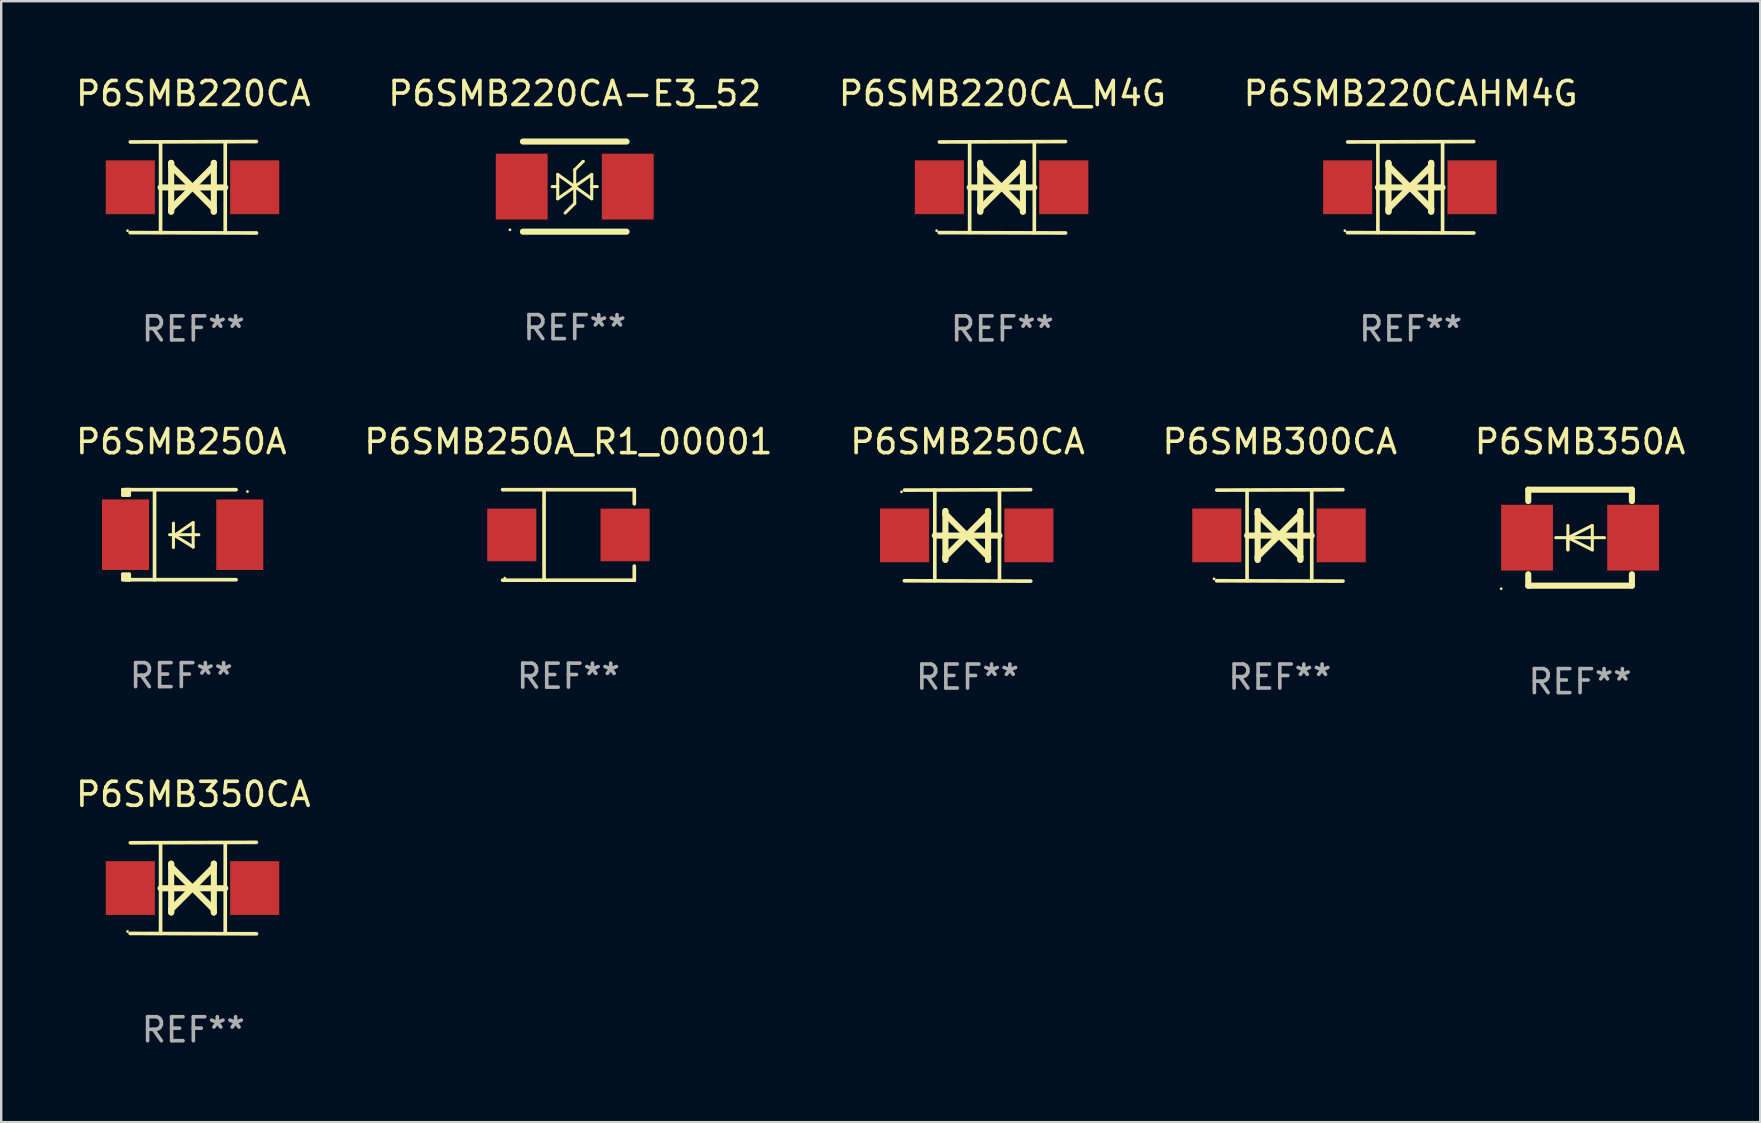
<source format=kicad_pcb>
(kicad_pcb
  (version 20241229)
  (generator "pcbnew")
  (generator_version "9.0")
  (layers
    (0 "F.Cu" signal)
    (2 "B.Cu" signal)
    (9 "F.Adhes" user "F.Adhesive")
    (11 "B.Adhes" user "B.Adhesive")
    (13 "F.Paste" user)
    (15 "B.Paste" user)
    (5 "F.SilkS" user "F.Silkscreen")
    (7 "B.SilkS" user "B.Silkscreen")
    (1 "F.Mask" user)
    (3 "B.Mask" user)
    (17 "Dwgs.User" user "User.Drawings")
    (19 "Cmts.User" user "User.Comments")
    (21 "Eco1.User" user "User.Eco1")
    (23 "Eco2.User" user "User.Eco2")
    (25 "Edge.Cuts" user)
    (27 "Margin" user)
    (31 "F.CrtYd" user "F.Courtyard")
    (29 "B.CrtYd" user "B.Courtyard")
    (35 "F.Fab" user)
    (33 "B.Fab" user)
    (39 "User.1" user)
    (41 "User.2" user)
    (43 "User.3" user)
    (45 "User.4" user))
  (footprint "P6SMB220CAHM4G"
    (layer "F.Cu")
    (at 55.732 4.753)
    (property "Reference" "P6SMB220CAHM4G" (at 0 -3.905 0) (layer "F.SilkS") (effects (font (size 1 1) (thickness 0.15))))
    (attr through_hole)
    (fp_line (start -1.365 1.886) (end -1.365 -1.886) (stroke (width 0.152) (type solid)) (layer "F.SilkS"))
    (fp_line (start -1.365 0.008) (end 1.33 0.008) (stroke (width 0.254) (type solid)) (layer "F.SilkS"))
    (fp_line (start -0.923 -1.016) (end -0.923 1.016) (stroke (width 0.254) (type solid)) (layer "F.SilkS"))
    (fp_line (start -0.923 -0.889) (end -0.923 -1.016) (stroke (width 0.254) (type solid)) (layer "F.SilkS"))
    (fp_line (start -0.923 0.889) (end -0.034 0) (stroke (width 0.254) (type solid)) (layer "F.SilkS"))
    (fp_line (start -0.923 1.016) (end -0.923 0.889) (stroke (width 0.254) (type solid)) (layer "F.SilkS"))
    (fp_line (start -0.034 0) (end -0.923 -0.889) (stroke (width 0.254) (type solid)) (layer "F.SilkS"))
    (fp_line (start -0.034 0) (end 0.855 0.889) (stroke (width 0.254) (type solid)) (layer "F.SilkS"))
    (fp_line (start 0.855 -1.016) (end 0.855 -0.889) (stroke (width 0.254) (type solid)) (layer "F.SilkS"))
    (fp_line (start 0.855 -0.889) (end -0.034 0) (stroke (width 0.254) (type solid)) (layer "F.SilkS"))
    (fp_line (start 0.855 0.889) (end 0.855 1.016) (stroke (width 0.254) (type solid)) (layer "F.SilkS"))
    (fp_line (start 0.855 1.016) (end 0.855 -1.016) (stroke (width 0.254) (type solid)) (layer "F.SilkS"))
    (fp_line (start 1.33 1.886) (end 1.33 -1.886) (stroke (width 0.152) (type solid)) (layer "F.SilkS"))
    (fp_line (start 2.629 -1.905) (end -2.625 -1.887) (stroke (width 0.152) (type solid)) (layer "F.SilkS"))
    (fp_line (start 2.633 1.905) (end -2.633 1.89) (stroke (width 0.152) (type solid)) (layer "F.SilkS"))
    (fp_circle (center -2.741 1.81) (end -2.711 1.81) (stroke (width 0.06) (type solid)) (fill no) (layer "F.SilkS"))
    (fp_text user "REF**" (at 0 5.905 0) (layer "F.Fab") (effects (font (size 1 1) (thickness 0.15))))
    (pad "1" smd rect (at -2.625 0) (size 2.047 2.241) (layers "F.Cu" "F.Mask" "F.Paste"))
    (pad "2" smd rect (at 2.557 0) (size 2.047 2.241) (layers "F.Cu" "F.Mask" "F.Paste")))
  (footprint "P6SMB350A"
    (layer "F.Cu")
    (at 62.792 19.355)
    (property "Reference" "P6SMB350A" (at 0 -4 0) (layer "F.SilkS") (effects (font (size 1 1) (thickness 0.15))))
    (attr through_hole)
    (fp_line (start -2.159 -2) (end 2.159 -2) (stroke (width 0.254) (type solid)) (layer "F.SilkS"))
    (fp_line (start -2.159 -1.524) (end -2.159 -2) (stroke (width 0.254) (type solid)) (layer "F.SilkS"))
    (fp_line (start -2.159 1.524) (end -2.159 2) (stroke (width 0.254) (type solid)) (layer "F.SilkS"))
    (fp_line (start -2.159 2) (end 2.159 2) (stroke (width 0.254) (type solid)) (layer "F.SilkS"))
    (fp_line (start -0.508 0) (end -0.508 0.508) (stroke (width 0.127) (type solid)) (layer "F.SilkS"))
    (fp_line (start -0.508 0) (end 0.508 0.508) (stroke (width 0.127) (type solid)) (layer "F.SilkS"))
    (fp_line (start -0.508 0.508) (end -0.508 -0.508) (stroke (width 0.127) (type solid)) (layer "F.SilkS"))
    (fp_line (start 0.508 -0.508) (end -0.508 0) (stroke (width 0.127) (type solid)) (layer "F.SilkS"))
    (fp_line (start 0.508 0.508) (end 0.508 -0.508) (stroke (width 0.127) (type solid)) (layer "F.SilkS"))
    (fp_line (start 1.016 0) (end -1.016 0) (stroke (width 0.127) (type solid)) (layer "F.SilkS"))
    (fp_line (start 2.159 -2) (end 2.159 -1.524) (stroke (width 0.254) (type solid)) (layer "F.SilkS"))
    (fp_line (start 2.159 2) (end 2.159 1.524) (stroke (width 0.254) (type solid)) (layer "F.SilkS"))
    (fp_circle (center -3.289 2.127) (end -3.259 2.127) (stroke (width 0.06) (type solid)) (fill no) (layer "F.SilkS"))
    (fp_text user "REF**" (at 0 6 0) (layer "F.Fab") (effects (font (size 1 1) (thickness 0.15))))
    (pad "1" smd rect (at -2.21 0 180) (size 2.159 2.743) (layers "F.Cu" "F.Mask" "F.Paste"))
    (pad "2" smd rect (at 2.21 0 180) (size 2.159 2.743) (layers "F.Cu" "F.Mask" "F.Paste")))
  (footprint "P6SMB350CA"
    (layer "F.Cu")
    (at 5.006 33.956)
    (property "Reference" "P6SMB350CA" (at 0 -3.905 0) (layer "F.SilkS") (effects (font (size 1 1) (thickness 0.15))))
    (attr through_hole)
    (fp_line (start -1.365 1.886) (end -1.365 -1.886) (stroke (width 0.152) (type solid)) (layer "F.SilkS"))
    (fp_line (start -1.365 0.008) (end 1.33 0.008) (stroke (width 0.254) (type solid)) (layer "F.SilkS"))
    (fp_line (start -0.923 -1.016) (end -0.923 1.016) (stroke (width 0.254) (type solid)) (layer "F.SilkS"))
    (fp_line (start -0.923 -0.889) (end -0.923 -1.016) (stroke (width 0.254) (type solid)) (layer "F.SilkS"))
    (fp_line (start -0.923 0.889) (end -0.034 0) (stroke (width 0.254) (type solid)) (layer "F.SilkS"))
    (fp_line (start -0.923 1.016) (end -0.923 0.889) (stroke (width 0.254) (type solid)) (layer "F.SilkS"))
    (fp_line (start -0.034 0) (end -0.923 -0.889) (stroke (width 0.254) (type solid)) (layer "F.SilkS"))
    (fp_line (start -0.034 0) (end 0.855 0.889) (stroke (width 0.254) (type solid)) (layer "F.SilkS"))
    (fp_line (start 0.855 -1.016) (end 0.855 -0.889) (stroke (width 0.254) (type solid)) (layer "F.SilkS"))
    (fp_line (start 0.855 -0.889) (end -0.034 0) (stroke (width 0.254) (type solid)) (layer "F.SilkS"))
    (fp_line (start 0.855 0.889) (end 0.855 1.016) (stroke (width 0.254) (type solid)) (layer "F.SilkS"))
    (fp_line (start 0.855 1.016) (end 0.855 -1.016) (stroke (width 0.254) (type solid)) (layer "F.SilkS"))
    (fp_line (start 1.33 1.886) (end 1.33 -1.886) (stroke (width 0.152) (type solid)) (layer "F.SilkS"))
    (fp_line (start 2.629 -1.905) (end -2.625 -1.887) (stroke (width 0.152) (type solid)) (layer "F.SilkS"))
    (fp_line (start 2.633 1.905) (end -2.633 1.89) (stroke (width 0.152) (type solid)) (layer "F.SilkS"))
    (fp_circle (center -2.741 1.81) (end -2.711 1.81) (stroke (width 0.06) (type solid)) (fill no) (layer "F.SilkS"))
    (fp_text user "REF**" (at 0 5.905 0) (layer "F.Fab") (effects (font (size 1 1) (thickness 0.15))))
    (pad "1" smd rect (at -2.625 0) (size 2.047 2.241) (layers "F.Cu" "F.Mask" "F.Paste"))
    (pad "2" smd rect (at 2.557 0) (size 2.047 2.241) (layers "F.Cu" "F.Mask" "F.Paste")))
  (footprint "P6SMB250A_R1_00001"
    (layer "F.Cu")
    (at 20.637 19.241)
    (property "Reference" "P6SMB250A_R1_00001" (at 0 -3.886 0) (layer "F.SilkS") (effects (font (size 1 1) (thickness 0.15))))
    (attr through_hole)
    (fp_line (start -2.744 -1.886) (end 2.744 -1.886) (stroke (width 0.152) (type solid)) (layer "F.SilkS"))
    (fp_line (start -2.744 1.886) (end 2.744 1.886) (stroke (width 0.152) (type solid)) (layer "F.SilkS"))
    (fp_line (start -1.016 -1.886) (end -1.016 1.886) (stroke (width 0.152) (type solid)) (layer "F.SilkS"))
    (fp_line (start 2.744 -1.886) (end 2.744 -1.299) (stroke (width 0.152) (type solid)) (layer "F.SilkS"))
    (fp_line (start 2.744 1.886) (end 2.744 1.299) (stroke (width 0.152) (type solid)) (layer "F.SilkS"))
    (fp_circle (center -2.65 1.8) (end -2.62 1.8) (stroke (width 0.06) (type solid)) (fill no) (layer "F.SilkS"))
    (fp_text user "REF**" (at 0 5.886 0) (layer "F.Fab") (effects (font (size 1 1) (thickness 0.15))))
    (pad "1" smd rect (at -2.361 0) (size 2.047 2.192) (layers "F.Cu" "F.Mask" "F.Paste"))
    (pad "2" smd rect (at 2.361 0) (size 2.047 2.192) (layers "F.Cu" "F.Mask" "F.Paste")))
  (footprint "P6SMB220CA"
    (layer "F.Cu")
    (at 5.006 4.753)
    (property "Reference" "P6SMB220CA" (at 0 -3.905 0) (layer "F.SilkS") (effects (font (size 1 1) (thickness 0.15))))
    (attr through_hole)
    (fp_line (start -1.365 1.886) (end -1.365 -1.886) (stroke (width 0.152) (type solid)) (layer "F.SilkS"))
    (fp_line (start -1.365 0.008) (end 1.33 0.008) (stroke (width 0.254) (type solid)) (layer "F.SilkS"))
    (fp_line (start -0.923 -1.016) (end -0.923 1.016) (stroke (width 0.254) (type solid)) (layer "F.SilkS"))
    (fp_line (start -0.923 -0.889) (end -0.923 -1.016) (stroke (width 0.254) (type solid)) (layer "F.SilkS"))
    (fp_line (start -0.923 0.889) (end -0.034 0) (stroke (width 0.254) (type solid)) (layer "F.SilkS"))
    (fp_line (start -0.923 1.016) (end -0.923 0.889) (stroke (width 0.254) (type solid)) (layer "F.SilkS"))
    (fp_line (start -0.034 0) (end -0.923 -0.889) (stroke (width 0.254) (type solid)) (layer "F.SilkS"))
    (fp_line (start -0.034 0) (end 0.855 0.889) (stroke (width 0.254) (type solid)) (layer "F.SilkS"))
    (fp_line (start 0.855 -1.016) (end 0.855 -0.889) (stroke (width 0.254) (type solid)) (layer "F.SilkS"))
    (fp_line (start 0.855 -0.889) (end -0.034 0) (stroke (width 0.254) (type solid)) (layer "F.SilkS"))
    (fp_line (start 0.855 0.889) (end 0.855 1.016) (stroke (width 0.254) (type solid)) (layer "F.SilkS"))
    (fp_line (start 0.855 1.016) (end 0.855 -1.016) (stroke (width 0.254) (type solid)) (layer "F.SilkS"))
    (fp_line (start 1.33 1.886) (end 1.33 -1.886) (stroke (width 0.152) (type solid)) (layer "F.SilkS"))
    (fp_line (start 2.629 -1.905) (end -2.625 -1.887) (stroke (width 0.152) (type solid)) (layer "F.SilkS"))
    (fp_line (start 2.633 1.905) (end -2.633 1.89) (stroke (width 0.152) (type solid)) (layer "F.SilkS"))
    (fp_circle (center -2.741 1.81) (end -2.711 1.81) (stroke (width 0.06) (type solid)) (fill no) (layer "F.SilkS"))
    (fp_text user "REF**" (at 0 5.905 0) (layer "F.Fab") (effects (font (size 1 1) (thickness 0.15))))
    (pad "1" smd rect (at -2.625 0) (size 2.047 2.241) (layers "F.Cu" "F.Mask" "F.Paste"))
    (pad "2" smd rect (at 2.557 0) (size 2.047 2.241) (layers "F.Cu" "F.Mask" "F.Paste")))
  (footprint "P6SMB250A"
    (layer "F.Cu")
    (at 4.506 19.231)
    (property "Reference" "P6SMB250A" (at 0 -3.876 0) (layer "F.SilkS") (effects (font (size 1 1) (thickness 0.15))))
    (attr through_hole)
    (fp_line (start -2.435 1.65) (end -2.171 1.65) (stroke (width 0.152) (type solid)) (layer "F.SilkS"))
    (fp_line (start -2.435 1.876) (end -2.435 1.65) (stroke (width 0.152) (type solid)) (layer "F.SilkS"))
    (fp_line (start -2.435 -1.876) (end -2.171 -1.876) (stroke (width 0.152) (type solid)) (layer "F.SilkS"))
    (fp_line (start -2.435 -1.65) (end -2.435 -1.876) (stroke (width 0.152) (type solid)) (layer "F.SilkS"))
    (fp_line (start -2.305 -1.866) (end -2.295 -1.876) (stroke (width 0.152) (type solid)) (layer "F.SilkS"))
    (fp_line (start -2.305 -1.65) (end -2.305 -1.866) (stroke (width 0.152) (type solid)) (layer "F.SilkS"))
    (fp_line (start -2.305 1.876) (end -2.305 1.65) (stroke (width 0.152) (type solid)) (layer "F.SilkS"))
    (fp_line (start -2.295 -1.876) (end -2.295 -1.65) (stroke (width 0.152) (type solid)) (layer "F.SilkS"))
    (fp_line (start -2.171 1.876) (end -2.435 1.876) (stroke (width 0.152) (type solid)) (layer "F.SilkS"))
    (fp_line (start -2.171 -1.65) (end -2.435 -1.65) (stroke (width 0.152) (type solid)) (layer "F.SilkS"))
    (fp_line (start -2.171 -1.876) (end -2.295 -1.876) (stroke (width 0.152) (type solid)) (layer "F.SilkS"))
    (fp_line (start -2.171 -1.65) (end -2.171 -1.876) (stroke (width 0.152) (type solid)) (layer "F.SilkS"))
    (fp_line (start -2.171 1.876) (end -2.305 1.876) (stroke (width 0.152) (type solid)) (layer "F.SilkS"))
    (fp_line (start -2.171 1.876) (end -2.171 1.65) (stroke (width 0.152) (type solid)) (layer "F.SilkS"))
    (fp_line (start -1.116 1.876) (end -1.116 -1.876) (stroke (width 0.152) (type solid)) (layer "F.SilkS"))
    (fp_line (start -0.488 0.000102) (end 0.731 0.000102) (stroke (width 0.127) (type solid)) (layer "F.SilkS"))
    (fp_line (start -0.329 -0.48) (end -0.329 0.536) (stroke (width 0.127) (type solid)) (layer "F.SilkS"))
    (fp_line (start -0.29 0.03) (end 0.493 0.51) (stroke (width 0.127) (type solid)) (layer "F.SilkS"))
    (fp_line (start 0.493 -0.51) (end -0.29 0.03) (stroke (width 0.127) (type solid)) (layer "F.SilkS"))
    (fp_line (start 0.493 0.52) (end 0.493 -0.496) (stroke (width 0.127) (type solid)) (layer "F.SilkS"))
    (fp_line (start 2.281 -1.876) (end -2.171 -1.876) (stroke (width 0.152) (type solid)) (layer "F.SilkS"))
    (fp_line (start 2.281 1.876) (end -2.171 1.876) (stroke (width 0.152) (type solid)) (layer "F.SilkS"))
    (fp_circle (center 2.755 -1.8) (end 2.785 -1.8) (stroke (width 0.06) (type solid)) (fill no) (layer "F.SilkS"))
    (fp_text user "REF**" (at 0 5.876 0) (layer "F.Fab") (effects (font (size 1 1) (thickness 0.15))))
    (pad "1" smd rect (at 2.435 -0.000025 180) (size 1.96 2.94) (layers "F.Cu" "F.Mask" "F.Paste"))
    (pad "2" smd rect (at -2.325 -0.000025 180) (size 1.96 2.94) (layers "F.Cu" "F.Mask" "F.Paste")))
  (footprint "P6SMB300CA"
    (layer "F.Cu")
    (at 50.28 19.26)
    (property "Reference" "P6SMB300CA" (at 0 -3.905 0) (layer "F.SilkS") (effects (font (size 1 1) (thickness 0.15))))
    (attr through_hole)
    (fp_line (start -1.365 1.886) (end -1.365 -1.886) (stroke (width 0.152) (type solid)) (layer "F.SilkS"))
    (fp_line (start -1.365 0.008) (end 1.33 0.008) (stroke (width 0.254) (type solid)) (layer "F.SilkS"))
    (fp_line (start -0.923 -1.016) (end -0.923 1.016) (stroke (width 0.254) (type solid)) (layer "F.SilkS"))
    (fp_line (start -0.923 -0.889) (end -0.923 -1.016) (stroke (width 0.254) (type solid)) (layer "F.SilkS"))
    (fp_line (start -0.923 0.889) (end -0.034 0) (stroke (width 0.254) (type solid)) (layer "F.SilkS"))
    (fp_line (start -0.923 1.016) (end -0.923 0.889) (stroke (width 0.254) (type solid)) (layer "F.SilkS"))
    (fp_line (start -0.034 0) (end -0.923 -0.889) (stroke (width 0.254) (type solid)) (layer "F.SilkS"))
    (fp_line (start -0.034 0) (end 0.855 0.889) (stroke (width 0.254) (type solid)) (layer "F.SilkS"))
    (fp_line (start 0.855 -1.016) (end 0.855 -0.889) (stroke (width 0.254) (type solid)) (layer "F.SilkS"))
    (fp_line (start 0.855 -0.889) (end -0.034 0) (stroke (width 0.254) (type solid)) (layer "F.SilkS"))
    (fp_line (start 0.855 0.889) (end 0.855 1.016) (stroke (width 0.254) (type solid)) (layer "F.SilkS"))
    (fp_line (start 0.855 1.016) (end 0.855 -1.016) (stroke (width 0.254) (type solid)) (layer "F.SilkS"))
    (fp_line (start 1.33 1.886) (end 1.33 -1.886) (stroke (width 0.152) (type solid)) (layer "F.SilkS"))
    (fp_line (start 2.629 -1.905) (end -2.625 -1.887) (stroke (width 0.152) (type solid)) (layer "F.SilkS"))
    (fp_line (start 2.633 1.905) (end -2.633 1.89) (stroke (width 0.152) (type solid)) (layer "F.SilkS"))
    (fp_circle (center -2.741 1.81) (end -2.711 1.81) (stroke (width 0.06) (type solid)) (fill no) (layer "F.SilkS"))
    (fp_text user "REF**" (at 0 5.905 0) (layer "F.Fab") (effects (font (size 1 1) (thickness 0.15))))
    (pad "1" smd rect (at -2.625 0) (size 2.047 2.241) (layers "F.Cu" "F.Mask" "F.Paste"))
    (pad "2" smd rect (at 2.557 0) (size 2.047 2.241) (layers "F.Cu" "F.Mask" "F.Paste")))
  (footprint "P6SMB250CA"
    (layer "F.Cu")
    (at 37.268 19.26)
    (property "Reference" "P6SMB250CA" (at 0 -3.905 0) (layer "F.SilkS") (effects (font (size 1 1) (thickness 0.15))))
    (attr through_hole)
    (fp_line (start -1.365 1.886) (end -1.365 -1.886) (stroke (width 0.152) (type solid)) (layer "F.SilkS"))
    (fp_line (start -1.365 0.008) (end 1.33 0.008) (stroke (width 0.254) (type solid)) (layer "F.SilkS"))
    (fp_line (start -0.923 -1.016) (end -0.923 1.016) (stroke (width 0.254) (type solid)) (layer "F.SilkS"))
    (fp_line (start -0.923 -0.889) (end -0.923 -1.016) (stroke (width 0.254) (type solid)) (layer "F.SilkS"))
    (fp_line (start -0.923 0.889) (end -0.034 0) (stroke (width 0.254) (type solid)) (layer "F.SilkS"))
    (fp_line (start -0.923 1.016) (end -0.923 0.889) (stroke (width 0.254) (type solid)) (layer "F.SilkS"))
    (fp_line (start -0.034 0) (end -0.923 -0.889) (stroke (width 0.254) (type solid)) (layer "F.SilkS"))
    (fp_line (start -0.034 0) (end 0.855 0.889) (stroke (width 0.254) (type solid)) (layer "F.SilkS"))
    (fp_line (start 0.855 -1.016) (end 0.855 -0.889) (stroke (width 0.254) (type solid)) (layer "F.SilkS"))
    (fp_line (start 0.855 -0.889) (end -0.034 0) (stroke (width 0.254) (type solid)) (layer "F.SilkS"))
    (fp_line (start 0.855 0.889) (end 0.855 1.016) (stroke (width 0.254) (type solid)) (layer "F.SilkS"))
    (fp_line (start 0.855 1.016) (end 0.855 -1.016) (stroke (width 0.254) (type solid)) (layer "F.SilkS"))
    (fp_line (start 1.33 1.886) (end 1.33 -1.886) (stroke (width 0.152) (type solid)) (layer "F.SilkS"))
    (fp_line (start 2.629 -1.905) (end -2.625 -1.887) (stroke (width 0.152) (type solid)) (layer "F.SilkS"))
    (fp_line (start 2.633 1.905) (end -2.633 1.89) (stroke (width 0.152) (type solid)) (layer "F.SilkS"))
    (fp_circle (center -2.753 -1.816) (end -2.723 -1.816) (stroke (width 0.06) (type solid)) (fill no) (layer "F.SilkS"))
    (fp_text user "REF**" (at 0 5.905 0) (layer "F.Fab") (effects (font (size 1 1) (thickness 0.15))))
    (pad "1" smd rect (at -2.625 0) (size 2.047 2.241) (layers "F.Cu" "F.Mask" "F.Paste"))
    (pad "2" smd rect (at 2.557 0) (size 2.047 2.241) (layers "F.Cu" "F.Mask" "F.Paste")))
  (footprint "P6SMB220CA_M4G"
    (layer "F.Cu")
    (at 38.72 4.753)
    (property "Reference" "P6SMB220CA_M4G" (at 0 -3.905 0) (layer "F.SilkS") (effects (font (size 1 1) (thickness 0.15))))
    (attr through_hole)
    (fp_line (start -1.365 1.886) (end -1.365 -1.886) (stroke (width 0.152) (type solid)) (layer "F.SilkS"))
    (fp_line (start -1.365 0.008) (end 1.33 0.008) (stroke (width 0.254) (type solid)) (layer "F.SilkS"))
    (fp_line (start -0.923 -1.016) (end -0.923 1.016) (stroke (width 0.254) (type solid)) (layer "F.SilkS"))
    (fp_line (start -0.923 -0.889) (end -0.923 -1.016) (stroke (width 0.254) (type solid)) (layer "F.SilkS"))
    (fp_line (start -0.923 0.889) (end -0.034 0) (stroke (width 0.254) (type solid)) (layer "F.SilkS"))
    (fp_line (start -0.923 1.016) (end -0.923 0.889) (stroke (width 0.254) (type solid)) (layer "F.SilkS"))
    (fp_line (start -0.034 0) (end -0.923 -0.889) (stroke (width 0.254) (type solid)) (layer "F.SilkS"))
    (fp_line (start -0.034 0) (end 0.855 0.889) (stroke (width 0.254) (type solid)) (layer "F.SilkS"))
    (fp_line (start 0.855 -1.016) (end 0.855 -0.889) (stroke (width 0.254) (type solid)) (layer "F.SilkS"))
    (fp_line (start 0.855 -0.889) (end -0.034 0) (stroke (width 0.254) (type solid)) (layer "F.SilkS"))
    (fp_line (start 0.855 0.889) (end 0.855 1.016) (stroke (width 0.254) (type solid)) (layer "F.SilkS"))
    (fp_line (start 0.855 1.016) (end 0.855 -1.016) (stroke (width 0.254) (type solid)) (layer "F.SilkS"))
    (fp_line (start 1.33 1.886) (end 1.33 -1.886) (stroke (width 0.152) (type solid)) (layer "F.SilkS"))
    (fp_line (start 2.629 -1.905) (end -2.625 -1.887) (stroke (width 0.152) (type solid)) (layer "F.SilkS"))
    (fp_line (start 2.633 1.905) (end -2.633 1.89) (stroke (width 0.152) (type solid)) (layer "F.SilkS"))
    (fp_circle (center -2.741 1.81) (end -2.711 1.81) (stroke (width 0.06) (type solid)) (fill no) (layer "F.SilkS"))
    (fp_text user "REF**" (at 0 5.905 0) (layer "F.Fab") (effects (font (size 1 1) (thickness 0.15))))
    (pad "1" smd rect (at -2.625 0) (size 2.047 2.241) (layers "F.Cu" "F.Mask" "F.Paste"))
    (pad "2" smd rect (at 2.557 0) (size 2.047 2.241) (layers "F.Cu" "F.Mask" "F.Paste")))
  (footprint "P6SMB220CA-E3_52"
    (layer "F.Cu")
    (at 20.899 4.726)
    (property "Reference" "P6SMB220CA-E3_52" (at 0 -3.878 0) (layer "F.SilkS") (effects (font (size 1 1) (thickness 0.15))))
    (attr through_hole)
    (fp_line (start -2.159 -1.878) (end 2.159 -1.878) (stroke (width 0.254) (type solid)) (layer "F.SilkS"))
    (fp_line (start -0.716 0) (end -0.94 0) (stroke (width 0.127) (type solid)) (layer "F.SilkS"))
    (fp_line (start -0.708 -0.508) (end -0.708 0.508) (stroke (width 0.127) (type solid)) (layer "F.SilkS"))
    (fp_line (start -0.708 -0.508) (end 0 0.003) (stroke (width 0.127) (type solid)) (layer "F.SilkS"))
    (fp_line (start -0.708 0.008) (end -0.716 0) (stroke (width 0.127) (type solid)) (layer "F.SilkS"))
    (fp_line (start -0.708 0.508) (end 0 0.007) (stroke (width 0.127) (type solid)) (layer "F.SilkS"))
    (fp_line (start 0 -0.7) (end 0 0.7) (stroke (width 0.127) (type solid)) (layer "F.SilkS"))
    (fp_line (start 0 -0.7) (end 0.35 -1.05) (stroke (width 0.127) (type solid)) (layer "F.SilkS"))
    (fp_line (start 0 0.7) (end -0.4 1.1) (stroke (width 0.127) (type solid)) (layer "F.SilkS"))
    (fp_line (start 0.35 -1.05) (end 0.35 -1.05) (stroke (width 0.127) (type solid)) (layer "F.SilkS"))
    (fp_line (start 0.708 0.008) (end 0.716 0) (stroke (width 0.127) (type solid)) (layer "F.SilkS"))
    (fp_line (start 0.708 0.508) (end 0.708 -0.508) (stroke (width 0.127) (type solid)) (layer "F.SilkS"))
    (fp_line (start 0.708 -0.508) (end 0 -0.007) (stroke (width 0.127) (type solid)) (layer "F.SilkS"))
    (fp_line (start 0.708 0.508) (end 0 -0.003) (stroke (width 0.127) (type solid)) (layer "F.SilkS"))
    (fp_line (start 0.716 0) (end 0.94 0) (stroke (width 0.127) (type solid)) (layer "F.SilkS"))
    (fp_line (start 2.159 1.878) (end -2.159 1.878) (stroke (width 0.254) (type solid)) (layer "F.SilkS"))
    (fp_circle (center -2.7 1.8) (end -2.67 1.8) (stroke (width 0.06) (type solid)) (fill no) (layer "F.SilkS"))
    (fp_text user "REF**" (at 0 5.878 0) (layer "F.Fab") (effects (font (size 1 1) (thickness 0.15))))
    (pad "1" smd rect (at -2.21 0) (size 2.159 2.743) (layers "F.Cu" "F.Mask" "F.Paste"))
    (pad "2" smd rect (at 2.21 0) (size 2.159 2.743) (layers "F.Cu" "F.Mask" "F.Paste")))
  (gr_rect
    (start -3 -3)
    (end 70.298 43.71)
    (stroke (width 0.1) (type default))
    (fill no)
    (layer "Edge.Cuts")))
</source>
